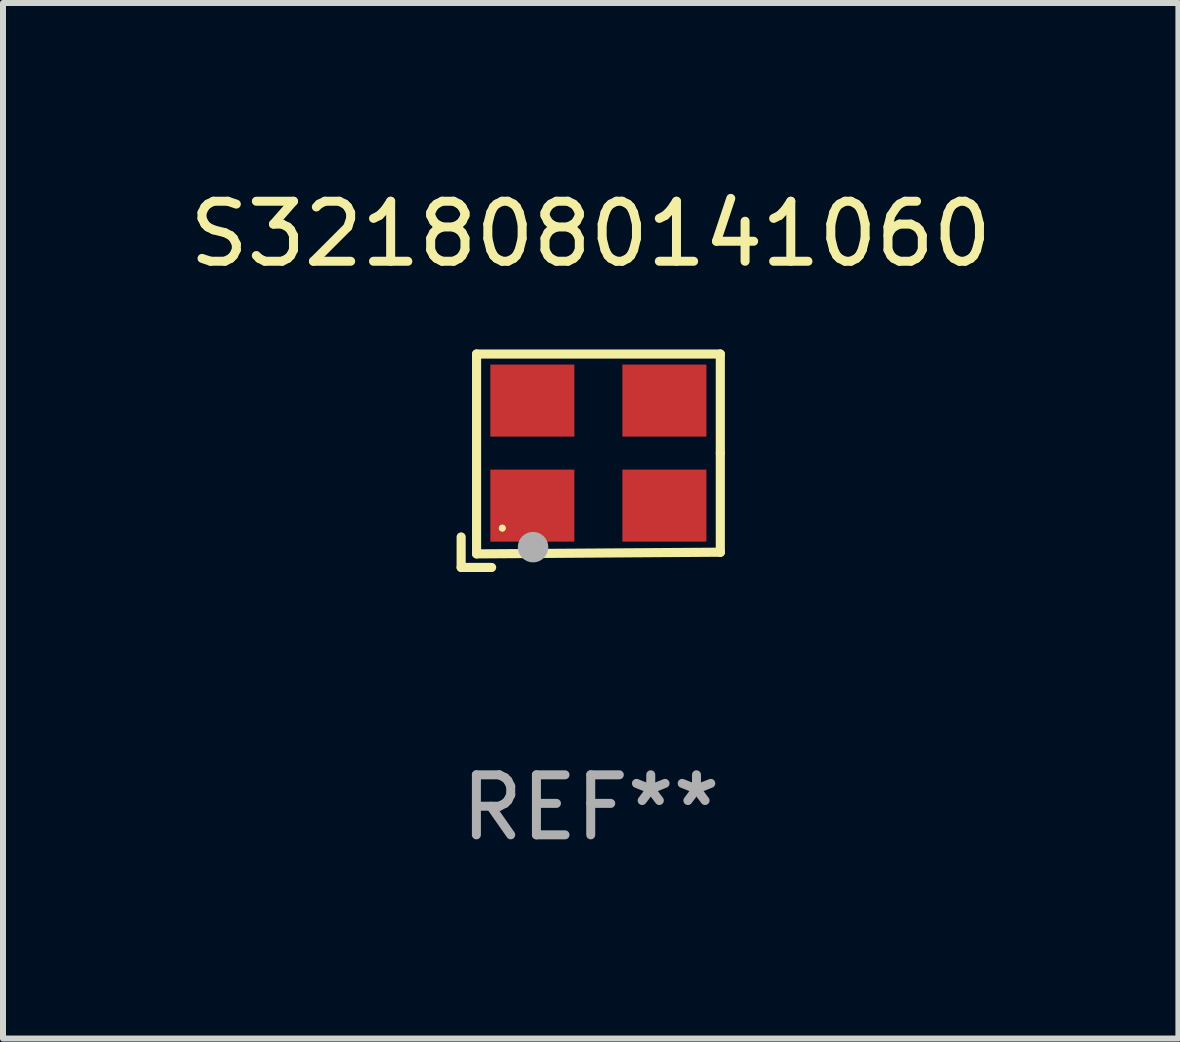
<source format=kicad_pcb>
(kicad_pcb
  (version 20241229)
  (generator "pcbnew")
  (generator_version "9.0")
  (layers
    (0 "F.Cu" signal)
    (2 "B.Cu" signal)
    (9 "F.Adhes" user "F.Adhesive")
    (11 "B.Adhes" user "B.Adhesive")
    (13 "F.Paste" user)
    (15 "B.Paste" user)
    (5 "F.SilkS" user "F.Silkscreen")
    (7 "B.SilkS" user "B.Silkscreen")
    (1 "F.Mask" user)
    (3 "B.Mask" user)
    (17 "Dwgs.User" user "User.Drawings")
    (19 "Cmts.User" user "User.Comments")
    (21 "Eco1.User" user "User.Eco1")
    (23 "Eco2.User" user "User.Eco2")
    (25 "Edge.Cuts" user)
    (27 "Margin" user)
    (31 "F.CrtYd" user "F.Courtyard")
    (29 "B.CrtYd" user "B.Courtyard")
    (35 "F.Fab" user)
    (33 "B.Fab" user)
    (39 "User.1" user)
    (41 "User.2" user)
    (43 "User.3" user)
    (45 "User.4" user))
  (footprint "S3218080141060"
    (layer "F.Cu")
    (at 6.792 4.626)
    (property "Reference" "S3218080141060" (at 0 -3.778 0) (layer "F.SilkS") (effects (font (size 1 1) (thickness 0.15))))
    (attr through_hole)
    (fp_line (start -2.159 1.27) (end -2.159 1.778) (stroke (width 0.152) (type solid)) (layer "F.SilkS"))
    (fp_line (start -2.159 1.778) (end -1.651 1.778) (stroke (width 0.152) (type solid)) (layer "F.SilkS"))
    (fp_line (start -1.902 -1.778) (end 2.159 -1.778) (stroke (width 0.152) (type solid)) (layer "F.SilkS"))
    (fp_line (start -1.902 1.552) (end -1.902 -1.778) (stroke (width 0.152) (type solid)) (layer "F.SilkS"))
    (fp_line (start 2.159 -1.778) (end 2.159 -0.127) (stroke (width 0.152) (type solid)) (layer "F.SilkS"))
    (fp_line (start 2.159 -0.127) (end 2.159 1.524) (stroke (width 0.152) (type solid)) (layer "F.SilkS"))
    (fp_line (start 2.159 1.524) (end -1.902 1.552) (stroke (width 0.152) (type solid)) (layer "F.SilkS"))
    (fp_line (start 2.159 1.524) (end 2.159 1.524) (stroke (width 0.152) (type solid)) (layer "F.SilkS"))
    (fp_circle (center -1.473 1.123) (end -1.443 1.123) (stroke (width 0.06) (type solid)) (fill no) (layer "F.SilkS"))
    (fp_circle (center -0.961 1.44) (end -0.834 1.44) (stroke (width 0.254) (type solid)) (fill no) (layer "F.Fab"))
    (fp_text user "REF**" (at 0 5.778 0) (layer "F.Fab") (effects (font (size 1 1) (thickness 0.15))))
    (pad "1" smd rect (at -0.973 0.748) (size 1.4 1.2) (layers "F.Cu" "F.Mask" "F.Paste"))
    (pad "2" smd rect (at 1.227 0.748) (size 1.4 1.2) (layers "F.Cu" "F.Mask" "F.Paste"))
    (pad "3" smd rect (at 1.227 -1.002) (size 1.4 1.2) (layers "F.Cu" "F.Mask" "F.Paste"))
    (pad "4" smd rect (at -0.973 -1.002) (size 1.4 1.2) (layers "F.Cu" "F.Mask" "F.Paste")))
  (gr_rect
    (start -3 -3)
    (end 16.583 14.253)
    (stroke (width 0.1) (type default))
    (fill no)
    (layer "Edge.Cuts")))
</source>
